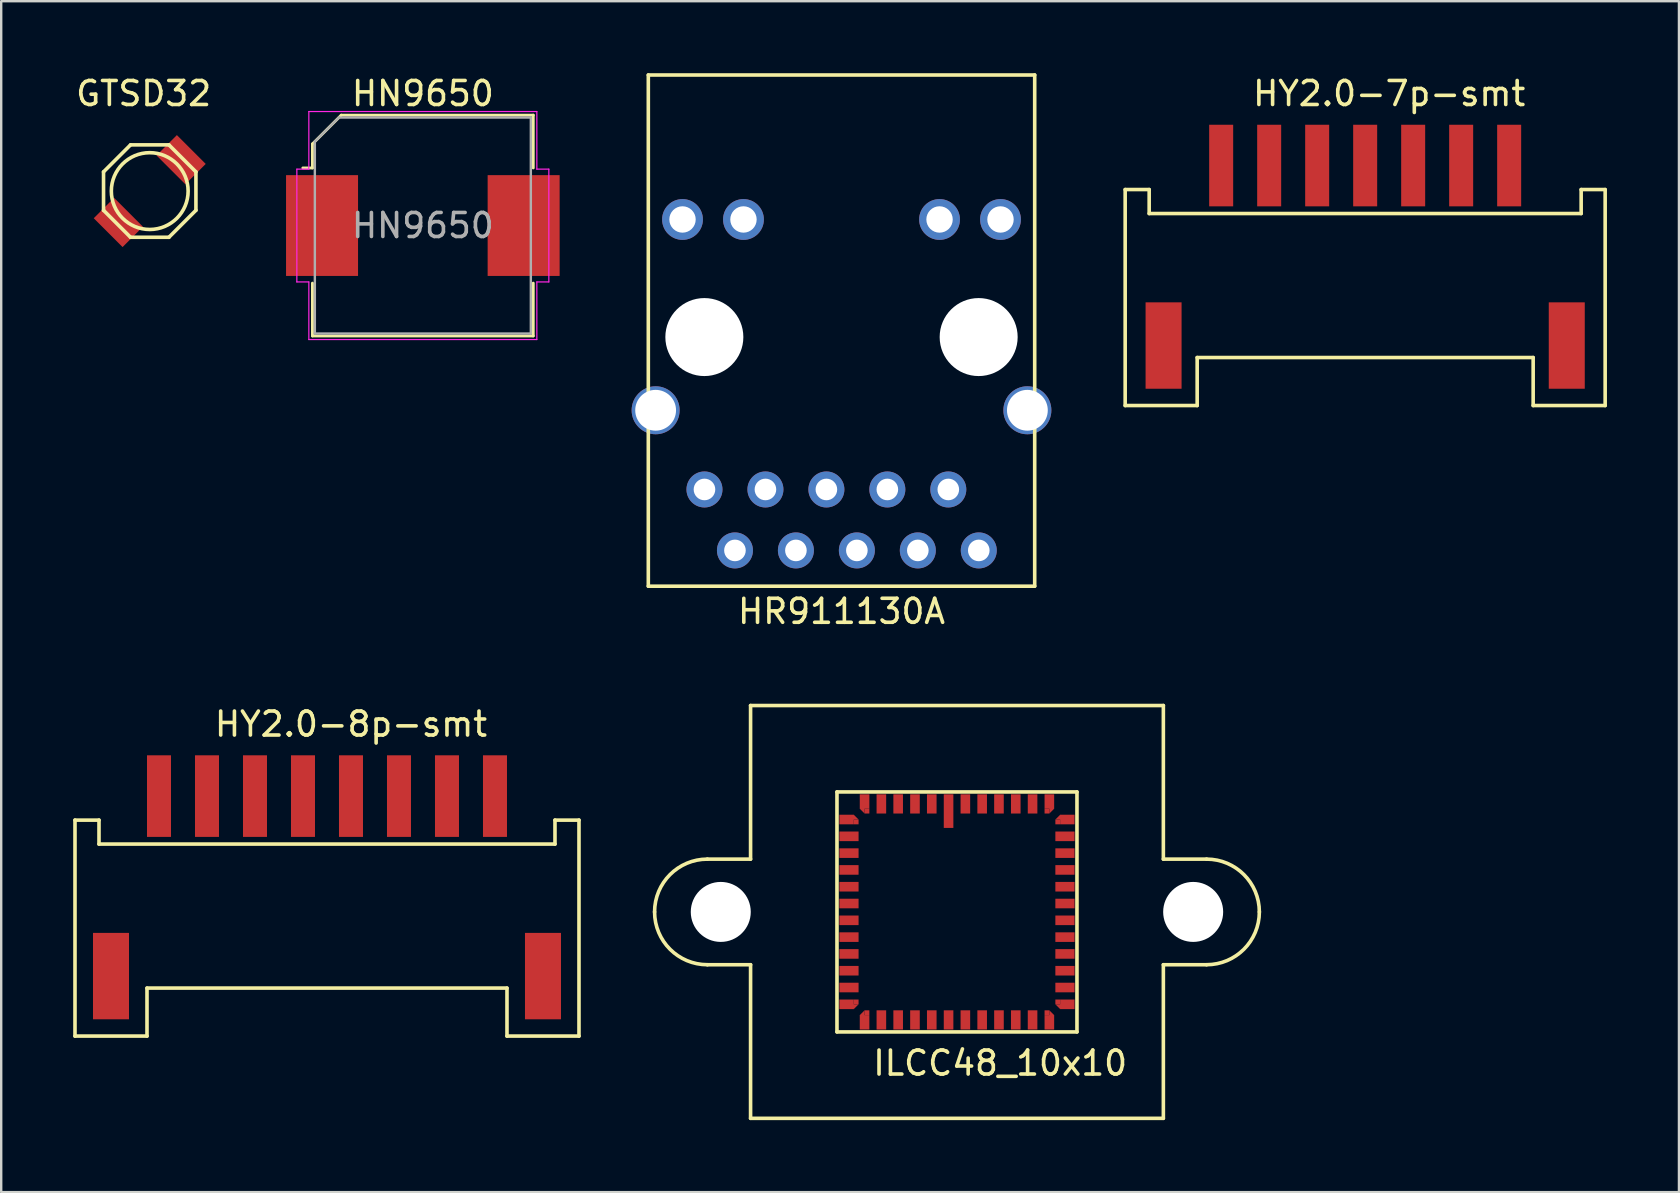
<source format=kicad_pcb>
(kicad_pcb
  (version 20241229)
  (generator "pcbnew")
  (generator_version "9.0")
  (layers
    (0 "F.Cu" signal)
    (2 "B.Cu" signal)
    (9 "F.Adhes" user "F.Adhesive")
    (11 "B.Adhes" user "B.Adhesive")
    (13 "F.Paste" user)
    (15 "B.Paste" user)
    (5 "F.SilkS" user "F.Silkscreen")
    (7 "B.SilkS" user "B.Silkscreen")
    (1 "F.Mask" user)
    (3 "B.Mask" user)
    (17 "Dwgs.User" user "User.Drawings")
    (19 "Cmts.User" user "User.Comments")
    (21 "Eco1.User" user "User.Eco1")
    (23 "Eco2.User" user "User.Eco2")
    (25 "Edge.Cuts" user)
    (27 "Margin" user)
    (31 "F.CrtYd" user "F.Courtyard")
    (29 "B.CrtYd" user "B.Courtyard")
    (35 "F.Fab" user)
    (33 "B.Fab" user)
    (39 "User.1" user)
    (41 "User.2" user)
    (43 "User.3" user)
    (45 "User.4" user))
  (footprint "HY2.0-8p-smt"
    (layer "F.Cu")
    (at 10.575 30.122)
    (property "Reference" "HY2.0-8p-smt" (at 1 -3 0) (layer "F.SilkS") (effects (font (size 1 1) (thickness 0.15))))
    (attr through_hole)
    (fp_line (start -10.5 1) (end -9.5 1) (stroke (width 0.15) (type solid)) (layer "F.SilkS"))
    (fp_line (start -10.5 10) (end -10.5 1) (stroke (width 0.15) (type solid)) (layer "F.SilkS"))
    (fp_line (start -10.5 10) (end -7.5 10) (stroke (width 0.15) (type solid)) (layer "F.SilkS"))
    (fp_line (start -9.5 1) (end -9.5 2) (stroke (width 0.15) (type solid)) (layer "F.SilkS"))
    (fp_line (start -9.5 2) (end 9.5 2) (stroke (width 0.15) (type solid)) (layer "F.SilkS"))
    (fp_line (start -7.5 8) (end 7.5 8) (stroke (width 0.15) (type solid)) (layer "F.SilkS"))
    (fp_line (start -7.5 10) (end -7.5 8) (stroke (width 0.15) (type solid)) (layer "F.SilkS"))
    (fp_line (start 7.5 8) (end 7.5 10) (stroke (width 0.15) (type solid)) (layer "F.SilkS"))
    (fp_line (start 7.5 10) (end 10.5 10) (stroke (width 0.15) (type solid)) (layer "F.SilkS"))
    (fp_line (start 9.5 1) (end 9.5 2) (stroke (width 0.15) (type solid)) (layer "F.SilkS"))
    (fp_line (start 10.5 1) (end 9.5 1) (stroke (width 0.15) (type solid)) (layer "F.SilkS"))
    (fp_line (start 10.5 1) (end 10.5 10) (stroke (width 0.15) (type solid)) (layer "F.SilkS"))
    (pad "" connect rect (at -9 7.5) (size 1.5 3.6) (layers "F.Cu" "F.Mask"))
    (pad "" connect rect (at 9 7.5) (size 1.5 3.6) (layers "F.Cu" "F.Mask"))
    (pad "1" smd rect (at -7 0) (size 1 3.4) (layers "F.Cu" "F.Mask" "F.Paste"))
    (pad "2" smd rect (at -5 0) (size 1 3.4) (layers "F.Cu" "F.Mask" "F.Paste"))
    (pad "3" smd rect (at -3 0) (size 1 3.4) (layers "F.Cu" "F.Mask" "F.Paste"))
    (pad "4" smd rect (at -1 0) (size 1 3.4) (layers "F.Cu" "F.Mask" "F.Paste"))
    (pad "5" smd rect (at 1 0) (size 1 3.4) (layers "F.Cu" "F.Mask" "F.Paste"))
    (pad "6" smd rect (at 3 0) (size 1 3.4) (layers "F.Cu" "F.Mask" "F.Paste"))
    (pad "7" smd rect (at 5 0) (size 1 3.4) (layers "F.Cu" "F.Mask" "F.Paste"))
    (pad "8" smd rect (at 7 0) (size 1 3.4) (layers "F.Cu" "F.Mask" "F.Paste")))
  (footprint "HN9650"
    (layer "F.Cu")
    (at 14.569 6.348)
    (property "Reference" "HN9650" (at 0 -5.5 0) (layer "F.SilkS") (effects (font (size 1 1) (thickness 0.15))))
    (attr smd)
    (fp_line (start -4.6 -3.4) (end -4.6 -2.4) (stroke (width 0.12) (type solid)) (layer "F.SilkS"))
    (fp_line (start -4.6 -2.4) (end -5 -2.4) (stroke (width 0.12) (type solid)) (layer "F.SilkS"))
    (fp_line (start -4.6 2.4) (end -4.6 4.6) (stroke (width 0.12) (type solid)) (layer "F.SilkS"))
    (fp_line (start -3.4 -4.6) (end -4.6 -3.4) (stroke (width 0.12) (type solid)) (layer "F.SilkS"))
    (fp_line (start -3.4 -4.6) (end 4.6 -4.6) (stroke (width 0.12) (type solid)) (layer "F.SilkS"))
    (fp_line (start 4.6 -4.6) (end 4.6 -2.4) (stroke (width 0.12) (type solid)) (layer "F.SilkS"))
    (fp_line (start 4.6 2.4) (end 4.6 4.6) (stroke (width 0.12) (type solid)) (layer "F.SilkS"))
    (fp_line (start 4.6 4.6) (end -4.6 4.6) (stroke (width 0.12) (type solid)) (layer "F.SilkS"))
    (fp_line (start -5.25 -2.35) (end -4.75 -2.35) (stroke (width 0.05) (type solid)) (layer "F.CrtYd"))
    (fp_line (start -5.25 2.35) (end -5.25 -2.35) (stroke (width 0.05) (type solid)) (layer "F.CrtYd"))
    (fp_line (start -4.75 -4.75) (end 4.75 -4.75) (stroke (width 0.05) (type solid)) (layer "F.CrtYd"))
    (fp_line (start -4.75 -2.35) (end -4.75 -4.75) (stroke (width 0.05) (type solid)) (layer "F.CrtYd"))
    (fp_line (start -4.75 2.35) (end -5.25 2.35) (stroke (width 0.05) (type solid)) (layer "F.CrtYd"))
    (fp_line (start -4.75 4.75) (end -4.75 2.35) (stroke (width 0.05) (type solid)) (layer "F.CrtYd"))
    (fp_line (start 4.75 -4.75) (end 4.75 -2.35) (stroke (width 0.05) (type solid)) (layer "F.CrtYd"))
    (fp_line (start 4.75 -2.35) (end 5.25 -2.35) (stroke (width 0.05) (type solid)) (layer "F.CrtYd"))
    (fp_line (start 4.75 2.35) (end 4.75 4.75) (stroke (width 0.05) (type solid)) (layer "F.CrtYd"))
    (fp_line (start 4.75 4.75) (end -4.75 4.75) (stroke (width 0.05) (type solid)) (layer "F.CrtYd"))
    (fp_line (start 5.25 -2.35) (end 5.25 2.35) (stroke (width 0.05) (type solid)) (layer "F.CrtYd"))
    (fp_line (start 5.25 2.35) (end 4.75 2.35) (stroke (width 0.05) (type solid)) (layer "F.CrtYd"))
    (fp_line (start -4.5 -3.5) (end -4.5 4.5) (stroke (width 0.1) (type solid)) (layer "F.Fab"))
    (fp_line (start -4.5 4.5) (end 4.5 4.5) (stroke (width 0.1) (type solid)) (layer "F.Fab"))
    (fp_line (start -3.5 -4.5) (end -4.5 -3.5) (stroke (width 0.1) (type solid)) (layer "F.Fab"))
    (fp_line (start 4.5 -4.5) (end -3.5 -4.5) (stroke (width 0.1) (type solid)) (layer "F.Fab"))
    (fp_line (start 4.5 4.5) (end 4.5 -4.5) (stroke (width 0.1) (type solid)) (layer "F.Fab"))
    (fp_text user "${REFERENCE}" (at 0 0 0) (layer "F.Fab") (effects (font (size 1 1) (thickness 0.15))))
    (pad "1" smd rect (at 4.2 0) (size 3 4.2) (layers "F.Cu" "F.Mask" "F.Paste"))
    (pad "2" smd rect (at -4.2 0) (size 3 4.2) (layers "F.Cu" "F.Mask" "F.Paste")))
  (footprint "HR911130A"
    (layer "F.Cu")
    (at 32.014 10.995)
    (property "Reference" "HR911130A" (at 0 11.43 0) (layer "F.SilkS") (effects (font (size 1 1) (thickness 0.15))))
    (attr through_hole)
    (fp_line (start -8.05 -10.92) (end 8.05 -10.92) (stroke (width 0.15) (type solid)) (layer "F.SilkS"))
    (fp_line (start -8.05 10.38) (end -8.05 -10.92) (stroke (width 0.15) (type solid)) (layer "F.SilkS"))
    (fp_line (start 8.05 -10.92) (end 8.05 10.38) (stroke (width 0.15) (type solid)) (layer "F.SilkS"))
    (fp_line (start 8.05 10.38) (end -8.05 10.38) (stroke (width 0.15) (type solid)) (layer "F.SilkS"))
    (pad "" np_thru_hole circle (at -7.745 3.05) (size 2 2) (drill 1.7) (layers "*.Cu" "*.Mask"))
    (pad "" np_thru_hole circle (at -5.715 0) (size 3.25 3.25) (drill 3.25) (layers "*.Cu" "*.Mask"))
    (pad "" np_thru_hole circle (at 5.715 0) (size 3.25 3.25) (drill 3.25) (layers "*.Cu" "*.Mask"))
    (pad "" np_thru_hole circle (at 7.745 3.05) (size 2 2) (drill 1.7) (layers "*.Cu" "*.Mask"))
    (pad "1" thru_hole circle (at 5.72 8.89) (size 1.5 1.5) (drill 0.9) (layers "*.Cu" "*.Mask"))
    (pad "2" thru_hole circle (at 4.45 6.35) (size 1.5 1.5) (drill 0.9) (layers "*.Cu" "*.Mask"))
    (pad "3" thru_hole circle (at 3.18 8.89) (size 1.5 1.5) (drill 0.9) (layers "*.Cu" "*.Mask"))
    (pad "4" thru_hole circle (at 1.91 6.35) (size 1.5 1.5) (drill 0.9) (layers "*.Cu" "*.Mask"))
    (pad "5" thru_hole circle (at 0.64 8.89) (size 1.5 1.5) (drill 0.9) (layers "*.Cu" "*.Mask"))
    (pad "6" thru_hole circle (at -0.63 6.35) (size 1.5 1.5) (drill 0.9) (layers "*.Cu" "*.Mask"))
    (pad "7" thru_hole circle (at -1.9 8.89) (size 1.5 1.5) (drill 0.9) (layers "*.Cu" "*.Mask"))
    (pad "8" thru_hole circle (at -3.17 6.35) (size 1.5 1.5) (drill 0.9) (layers "*.Cu" "*.Mask"))
    (pad "9" thru_hole circle (at -4.44 8.89) (size 1.5 1.5) (drill 0.9) (layers "*.Cu" "*.Mask"))
    (pad "10" thru_hole circle (at -5.71 6.35) (size 1.5 1.5) (drill 0.9) (layers "*.Cu" "*.Mask"))
    (pad "11" thru_hole circle (at 6.625 -4.9) (size 1.7 1.7) (drill 1.1) (layers "*.Cu" "*.Mask"))
    (pad "12" thru_hole circle (at 4.085 -4.9) (size 1.7 1.7) (drill 1.1) (layers "*.Cu" "*.Mask"))
    (pad "13" thru_hole circle (at -4.085 -4.9) (size 1.7 1.7) (drill 1.1) (layers "*.Cu" "*.Mask"))
    (pad "14" thru_hole circle (at -6.625 -4.9) (size 1.7 1.7) (drill 1.1) (layers "*.Cu" "*.Mask")))
  (footprint "HY2.0-7p-smt"
    (layer "F.Cu")
    (at 53.834 3.848)
    (property "Reference" "HY2.0-7p-smt" (at 1 -3 0) (layer "F.SilkS") (effects (font (size 1 1) (thickness 0.15))))
    (attr through_hole)
    (fp_line (start -10 1) (end -9 1) (stroke (width 0.15) (type solid)) (layer "F.SilkS"))
    (fp_line (start -10 10) (end -10 1) (stroke (width 0.15) (type solid)) (layer "F.SilkS"))
    (fp_line (start -10 10) (end -7 10) (stroke (width 0.15) (type solid)) (layer "F.SilkS"))
    (fp_line (start -9 1) (end -9 2) (stroke (width 0.15) (type solid)) (layer "F.SilkS"))
    (fp_line (start -9 2) (end 9 2) (stroke (width 0.15) (type solid)) (layer "F.SilkS"))
    (fp_line (start -7 8) (end 7 8) (stroke (width 0.15) (type solid)) (layer "F.SilkS"))
    (fp_line (start -7 10) (end -7 8) (stroke (width 0.15) (type solid)) (layer "F.SilkS"))
    (fp_line (start 7 8) (end 7 10) (stroke (width 0.15) (type solid)) (layer "F.SilkS"))
    (fp_line (start 7 10) (end 10 10) (stroke (width 0.15) (type solid)) (layer "F.SilkS"))
    (fp_line (start 9 1) (end 9 2) (stroke (width 0.15) (type solid)) (layer "F.SilkS"))
    (fp_line (start 10 1) (end 9 1) (stroke (width 0.15) (type solid)) (layer "F.SilkS"))
    (fp_line (start 10 1) (end 10 10) (stroke (width 0.15) (type solid)) (layer "F.SilkS"))
    (pad "" connect rect (at -8.4 7.5) (size 1.5 3.6) (layers "F.Cu" "F.Mask"))
    (pad "" connect rect (at 8.4 7.5) (size 1.5 3.6) (layers "F.Cu" "F.Mask"))
    (pad "1" smd rect (at -6 0) (size 1 3.4) (layers "F.Cu" "F.Mask" "F.Paste"))
    (pad "2" smd rect (at -4 0) (size 1 3.4) (layers "F.Cu" "F.Mask" "F.Paste"))
    (pad "3" smd rect (at -2 0) (size 1 3.4) (layers "F.Cu" "F.Mask" "F.Paste"))
    (pad "4" smd rect (at 0 0) (size 1 3.4) (layers "F.Cu" "F.Mask" "F.Paste"))
    (pad "5" smd rect (at 2 0) (size 1 3.4) (layers "F.Cu" "F.Mask" "F.Paste"))
    (pad "6" smd rect (at 4 0) (size 1 3.4) (layers "F.Cu" "F.Mask" "F.Paste"))
    (pad "7" smd rect (at 6 0) (size 1 3.4) (layers "F.Cu" "F.Mask" "F.Paste")))
  (footprint "GTSD32"
    (layer "F.Cu")
    (at 3.189 4.912)
    (property "Reference" "GTSD32" (at -0.254 -4.064 0) (layer "F.SilkS") (effects (font (size 1 1) (thickness 0.15))))
    (attr through_hole)
    (fp_line (start -1.925 -0.8) (end -0.8 -1.925) (stroke (width 0.15) (type solid)) (layer "F.SilkS"))
    (fp_line (start -1.925 0.8) (end -1.925 -0.8) (stroke (width 0.15) (type solid)) (layer "F.SilkS"))
    (fp_line (start -0.8 -1.925) (end 0.8 -1.925) (stroke (width 0.15) (type solid)) (layer "F.SilkS"))
    (fp_line (start -0.8 1.925) (end -1.925 0.8) (stroke (width 0.15) (type solid)) (layer "F.SilkS"))
    (fp_line (start 0.8 -1.925) (end 1.925 -0.8) (stroke (width 0.15) (type solid)) (layer "F.SilkS"))
    (fp_line (start 0.8 1.925) (end -0.8 1.925) (stroke (width 0.15) (type solid)) (layer "F.SilkS"))
    (fp_line (start 0.8 1.925) (end 1.925 0.8) (stroke (width 0.15) (type solid)) (layer "F.SilkS"))
    (fp_line (start 1.925 -0.8) (end 1.925 0.8) (stroke (width 0.15) (type solid)) (layer "F.SilkS"))
    (fp_circle (center 0 0) (end 1.6 0) (stroke (width 0.15) (type solid)) (fill no) (layer "F.SilkS"))
    (pad "1" smd rect (at -1.308 1.308 135) (size 1.7 1.2) (layers "F.Cu" "F.Mask" "F.Paste"))
    (pad "2" smd rect (at 1.308 -1.308 135) (size 1.7 1.2) (layers "F.Cu" "F.Mask" "F.Paste")))
  (footprint "ILCC48_10x10"
    (layer "F.Cu")
    (at 36.825 34.948)
    (property "Reference" "ILCC48_10x10" (at 1.8 6.3 0) (layer "F.SilkS") (effects (font (size 1 1) (thickness 0.15))))
    (attr through_hole)
    (fp_line (start -10.4 2.2) (end -8.6 2.2) (stroke (width 0.15) (type solid)) (layer "F.SilkS"))
    (fp_line (start -8.6 -8.6) (end -8.6 -2.2) (stroke (width 0.15) (type solid)) (layer "F.SilkS"))
    (fp_line (start -8.6 -2.2) (end -10.4 -2.2) (stroke (width 0.15) (type solid)) (layer "F.SilkS"))
    (fp_line (start -8.6 2.2) (end -8.6 8.6) (stroke (width 0.15) (type solid)) (layer "F.SilkS"))
    (fp_line (start -8.6 8.6) (end 8.6 8.6) (stroke (width 0.15) (type solid)) (layer "F.SilkS"))
    (fp_line (start -5 -5) (end -5 5) (stroke (width 0.15) (type solid)) (layer "F.SilkS"))
    (fp_line (start -5 5) (end 5 5) (stroke (width 0.15) (type solid)) (layer "F.SilkS"))
    (fp_line (start 5 -5) (end -5 -5) (stroke (width 0.15) (type solid)) (layer "F.SilkS"))
    (fp_line (start 5 5) (end 5 -5) (stroke (width 0.15) (type solid)) (layer "F.SilkS"))
    (fp_line (start 8.6 -8.6) (end -8.6 -8.6) (stroke (width 0.15) (type solid)) (layer "F.SilkS"))
    (fp_line (start 8.6 -2.2) (end 8.6 -8.6) (stroke (width 0.15) (type solid)) (layer "F.SilkS"))
    (fp_line (start 8.6 2.2) (end 10.4 2.2) (stroke (width 0.15) (type solid)) (layer "F.SilkS"))
    (fp_line (start 8.6 8.6) (end 8.6 2.2) (stroke (width 0.15) (type solid)) (layer "F.SilkS"))
    (fp_line (start 10.4 -2.2) (end 8.6 -2.2) (stroke (width 0.15) (type solid)) (layer "F.SilkS"))
    (fp_arc (start -12.6 0) (mid -11.955635 -1.555635) (end -10.4 -2.2) (stroke (width 0.15) (type solid)) (layer "F.SilkS"))
    (fp_arc (start -10.4 2.2) (mid -11.955635 1.555635) (end -12.6 0) (stroke (width 0.15) (type solid)) (layer "F.SilkS"))
    (fp_arc (start 10.4 -2.2) (mid 11.955635 -1.555635) (end 12.6 0) (stroke (width 0.15) (type solid)) (layer "F.SilkS"))
    (fp_arc (start 12.6 0) (mid 11.955635 1.555635) (end 10.4 2.2) (stroke (width 0.15) (type solid)) (layer "F.SilkS"))
    (pad "" np_thru_hole circle (at -9.842 0 90) (size 2.5 2.5) (drill 2.5) (layers "*.Cu" "*.Mask"))
    (pad "" np_thru_hole circle (at 9.842 0 90) (size 2.5 2.5) (drill 2.5) (layers "*.Cu" "*.Mask"))
    (pad "1" smd rect (at -0.35 -4.2) (size 0.4 1.4) (layers "F.Cu" "F.Mask" "F.Paste"))
    (pad "2" smd rect (at -1.05 -4.5) (size 0.4 0.8) (layers "F.Cu" "F.Mask" "F.Paste"))
    (pad "3" smd rect (at -1.75 -4.5) (size 0.4 0.8) (layers "F.Cu" "F.Mask" "F.Paste"))
    (pad "4" smd rect (at -2.45 -4.5) (size 0.4 0.8) (layers "F.Cu" "F.Mask" "F.Paste"))
    (pad "5" smd rect (at -3.15 -4.5) (size 0.4 0.8) (layers "F.Cu" "F.Mask" "F.Paste"))
    (pad "6" smd trapezoid (at -3.95 -4.3 90) (size 0.2 0.2) (rect_delta 0 0.199) (layers "F.Cu" "F.Mask" "F.Paste"))
    (pad "6" smd rect (at -3.85 -4.5 90) (size 0.6 0.4) (drill (offset 0.1 0)) (layers "F.Cu" "F.Mask" "F.Paste"))
    (pad "6" smd rect (at -3.85 -4.3 90) (size 0.2 0.2) (drill (offset -0.1 0.1)) (layers "F.Cu" "F.Mask" "F.Paste"))
    (pad "7" smd rect (at -4.5 -3.85) (size 0.6 0.4) (drill (offset -0.1 0)) (layers "F.Cu" "F.Mask" "F.Paste"))
    (pad "7" smd trapezoid (at -4.3 -3.95) (size 0.2 0.2) (rect_delta 0 0.199) (layers "F.Cu" "F.Mask" "F.Paste"))
    (pad "7" smd rect (at -4.3 -3.85) (size 0.2 0.2) (drill (offset 0.1 0.1)) (layers "F.Cu" "F.Mask" "F.Paste"))
    (pad "8" smd rect (at -4.5 -3.15) (size 0.8 0.4) (layers "F.Cu" "F.Mask" "F.Paste"))
    (pad "9" smd rect (at -4.5 -2.45) (size 0.8 0.4) (layers "F.Cu" "F.Mask" "F.Paste"))
    (pad "10" smd rect (at -4.5 -1.75) (size 0.8 0.4) (layers "F.Cu" "F.Mask" "F.Paste"))
    (pad "11" smd rect (at -4.5 -1.05) (size 0.8 0.4) (layers "F.Cu" "F.Mask" "F.Paste"))
    (pad "12" smd rect (at -4.5 -0.35) (size 0.8 0.4) (layers "F.Cu" "F.Mask" "F.Paste"))
    (pad "13" smd rect (at -4.5 0.35) (size 0.8 0.4) (layers "F.Cu" "F.Mask" "F.Paste"))
    (pad "14" smd rect (at -4.5 1.05) (size 0.8 0.4) (layers "F.Cu" "F.Mask" "F.Paste"))
    (pad "15" smd rect (at -4.5 1.75) (size 0.8 0.4) (layers "F.Cu" "F.Mask" "F.Paste"))
    (pad "16" smd rect (at -4.5 2.45) (size 0.8 0.4) (layers "F.Cu" "F.Mask" "F.Paste"))
    (pad "17" smd rect (at -4.5 3.15) (size 0.8 0.4) (layers "F.Cu" "F.Mask" "F.Paste"))
    (pad "18" smd rect (at -4.5 3.85 180) (size 0.6 0.4) (drill (offset 0.1 0)) (layers "F.Cu" "F.Mask" "F.Paste"))
    (pad "18" smd rect (at -4.3 3.85 180) (size 0.2 0.2) (drill (offset -0.1 0.1)) (layers "F.Cu" "F.Mask" "F.Paste"))
    (pad "18" smd trapezoid (at -4.3 3.95 180) (size 0.2 0.2) (rect_delta 0 0.199) (layers "F.Cu" "F.Mask" "F.Paste"))
    (pad "19" smd trapezoid (at -3.95 4.3 90) (size 0.2 0.2) (rect_delta 0 0.199) (layers "F.Cu" "F.Mask" "F.Paste"))
    (pad "19" smd rect (at -3.85 4.3 90) (size 0.2 0.2) (drill (offset 0.1 0.1)) (layers "F.Cu" "F.Mask" "F.Paste"))
    (pad "19" smd rect (at -3.85 4.5 90) (size 0.6 0.4) (drill (offset -0.1 0)) (layers "F.Cu" "F.Mask" "F.Paste"))
    (pad "20" smd rect (at -3.15 4.5) (size 0.4 0.8) (layers "F.Cu" "F.Mask" "F.Paste"))
    (pad "21" smd rect (at -2.45 4.5) (size 0.4 0.8) (layers "F.Cu" "F.Mask" "F.Paste"))
    (pad "22" smd rect (at -1.75 4.5) (size 0.4 0.8) (layers "F.Cu" "F.Mask" "F.Paste"))
    (pad "23" smd rect (at -1.05 4.5) (size 0.4 0.8) (layers "F.Cu" "F.Mask" "F.Paste"))
    (pad "24" smd rect (at -0.35 4.5) (size 0.4 0.8) (layers "F.Cu" "F.Mask" "F.Paste"))
    (pad "25" smd rect (at 0.35 4.5) (size 0.4 0.8) (layers "F.Cu" "F.Mask" "F.Paste"))
    (pad "26" smd rect (at 1.05 4.5) (size 0.4 0.8) (layers "F.Cu" "F.Mask" "F.Paste"))
    (pad "27" smd rect (at 1.75 4.5) (size 0.4 0.8) (layers "F.Cu" "F.Mask" "F.Paste"))
    (pad "28" smd rect (at 2.45 4.5) (size 0.4 0.8) (layers "F.Cu" "F.Mask" "F.Paste"))
    (pad "29" smd rect (at 3.15 4.5) (size 0.4 0.8) (layers "F.Cu" "F.Mask" "F.Paste"))
    (pad "30" smd rect (at 3.85 4.3 270) (size 0.2 0.2) (drill (offset -0.1 0.1)) (layers "F.Cu" "F.Mask" "F.Paste"))
    (pad "30" smd rect (at 3.85 4.5 270) (size 0.6 0.4) (drill (offset 0.1 0)) (layers "F.Cu" "F.Mask" "F.Paste"))
    (pad "30" smd trapezoid (at 3.95 4.3 270) (size 0.2 0.2) (rect_delta 0 0.199) (layers "F.Cu" "F.Mask" "F.Paste"))
    (pad "31" smd rect (at 4.3 3.85 180) (size 0.2 0.2) (drill (offset 0.1 0.1)) (layers "F.Cu" "F.Mask" "F.Paste"))
    (pad "31" smd trapezoid (at 4.3 3.95 180) (size 0.2 0.2) (rect_delta 0 0.199) (layers "F.Cu" "F.Mask" "F.Paste"))
    (pad "31" smd rect (at 4.5 3.85 180) (size 0.6 0.4) (drill (offset -0.1 0)) (layers "F.Cu" "F.Mask" "F.Paste"))
    (pad "32" smd rect (at 4.5 3.15) (size 0.8 0.4) (layers "F.Cu" "F.Mask" "F.Paste"))
    (pad "33" smd rect (at 4.5 2.45) (size 0.8 0.4) (layers "F.Cu" "F.Mask" "F.Paste"))
    (pad "34" smd rect (at 4.5 1.75) (size 0.8 0.4) (layers "F.Cu" "F.Mask" "F.Paste"))
    (pad "35" smd rect (at 4.5 1.05) (size 0.8 0.4) (layers "F.Cu" "F.Mask" "F.Paste"))
    (pad "36" smd rect (at 4.5 0.35) (size 0.8 0.4) (layers "F.Cu" "F.Mask" "F.Paste"))
    (pad "37" smd rect (at 4.5 -0.35) (size 0.8 0.4) (layers "F.Cu" "F.Mask" "F.Paste"))
    (pad "38" smd rect (at 4.5 -1.05) (size 0.8 0.4) (layers "F.Cu" "F.Mask" "F.Paste"))
    (pad "39" smd rect (at 4.5 -1.75) (size 0.8 0.4) (layers "F.Cu" "F.Mask" "F.Paste"))
    (pad "40" smd rect (at 4.5 -2.45) (size 0.8 0.4) (layers "F.Cu" "F.Mask" "F.Paste"))
    (pad "41" smd rect (at 4.5 -3.15) (size 0.8 0.4) (layers "F.Cu" "F.Mask" "F.Paste"))
    (pad "42" smd trapezoid (at 4.3 -3.95) (size 0.2 0.2) (rect_delta 0 0.199) (layers "F.Cu" "F.Mask" "F.Paste"))
    (pad "42" smd rect (at 4.3 -3.85) (size 0.2 0.2) (drill (offset -0.1 0.1)) (layers "F.Cu" "F.Mask" "F.Paste"))
    (pad "42" smd rect (at 4.5 -3.85) (size 0.6 0.4) (drill (offset 0.1 0)) (layers "F.Cu" "F.Mask" "F.Paste"))
    (pad "43" smd rect (at 3.85 -4.5 270) (size 0.6 0.4) (drill (offset -0.1 0)) (layers "F.Cu" "F.Mask" "F.Paste"))
    (pad "43" smd rect (at 3.85 -4.3 270) (size 0.2 0.2) (drill (offset 0.1 0.1)) (layers "F.Cu" "F.Mask" "F.Paste"))
    (pad "43" smd trapezoid (at 3.95 -4.3 270) (size 0.2 0.2) (rect_delta 0 0.199) (layers "F.Cu" "F.Mask" "F.Paste"))
    (pad "44" smd rect (at 3.15 -4.5) (size 0.4 0.8) (layers "F.Cu" "F.Mask" "F.Paste"))
    (pad "45" smd rect (at 2.45 -4.5) (size 0.4 0.8) (layers "F.Cu" "F.Mask" "F.Paste"))
    (pad "46" smd rect (at 1.75 -4.5) (size 0.4 0.8) (layers "F.Cu" "F.Mask" "F.Paste"))
    (pad "47" smd rect (at 1.05 -4.5) (size 0.4 0.8) (layers "F.Cu" "F.Mask" "F.Paste"))
    (pad "48" smd rect (at 0.35 -4.5) (size 0.4 0.8) (layers "F.Cu" "F.Mask" "F.Paste")))
  (gr_rect
    (start -3 -3)
    (end 66.909 46.623)
    (stroke (width 0.1) (type default))
    (fill no)
    (layer "Edge.Cuts")))
</source>
